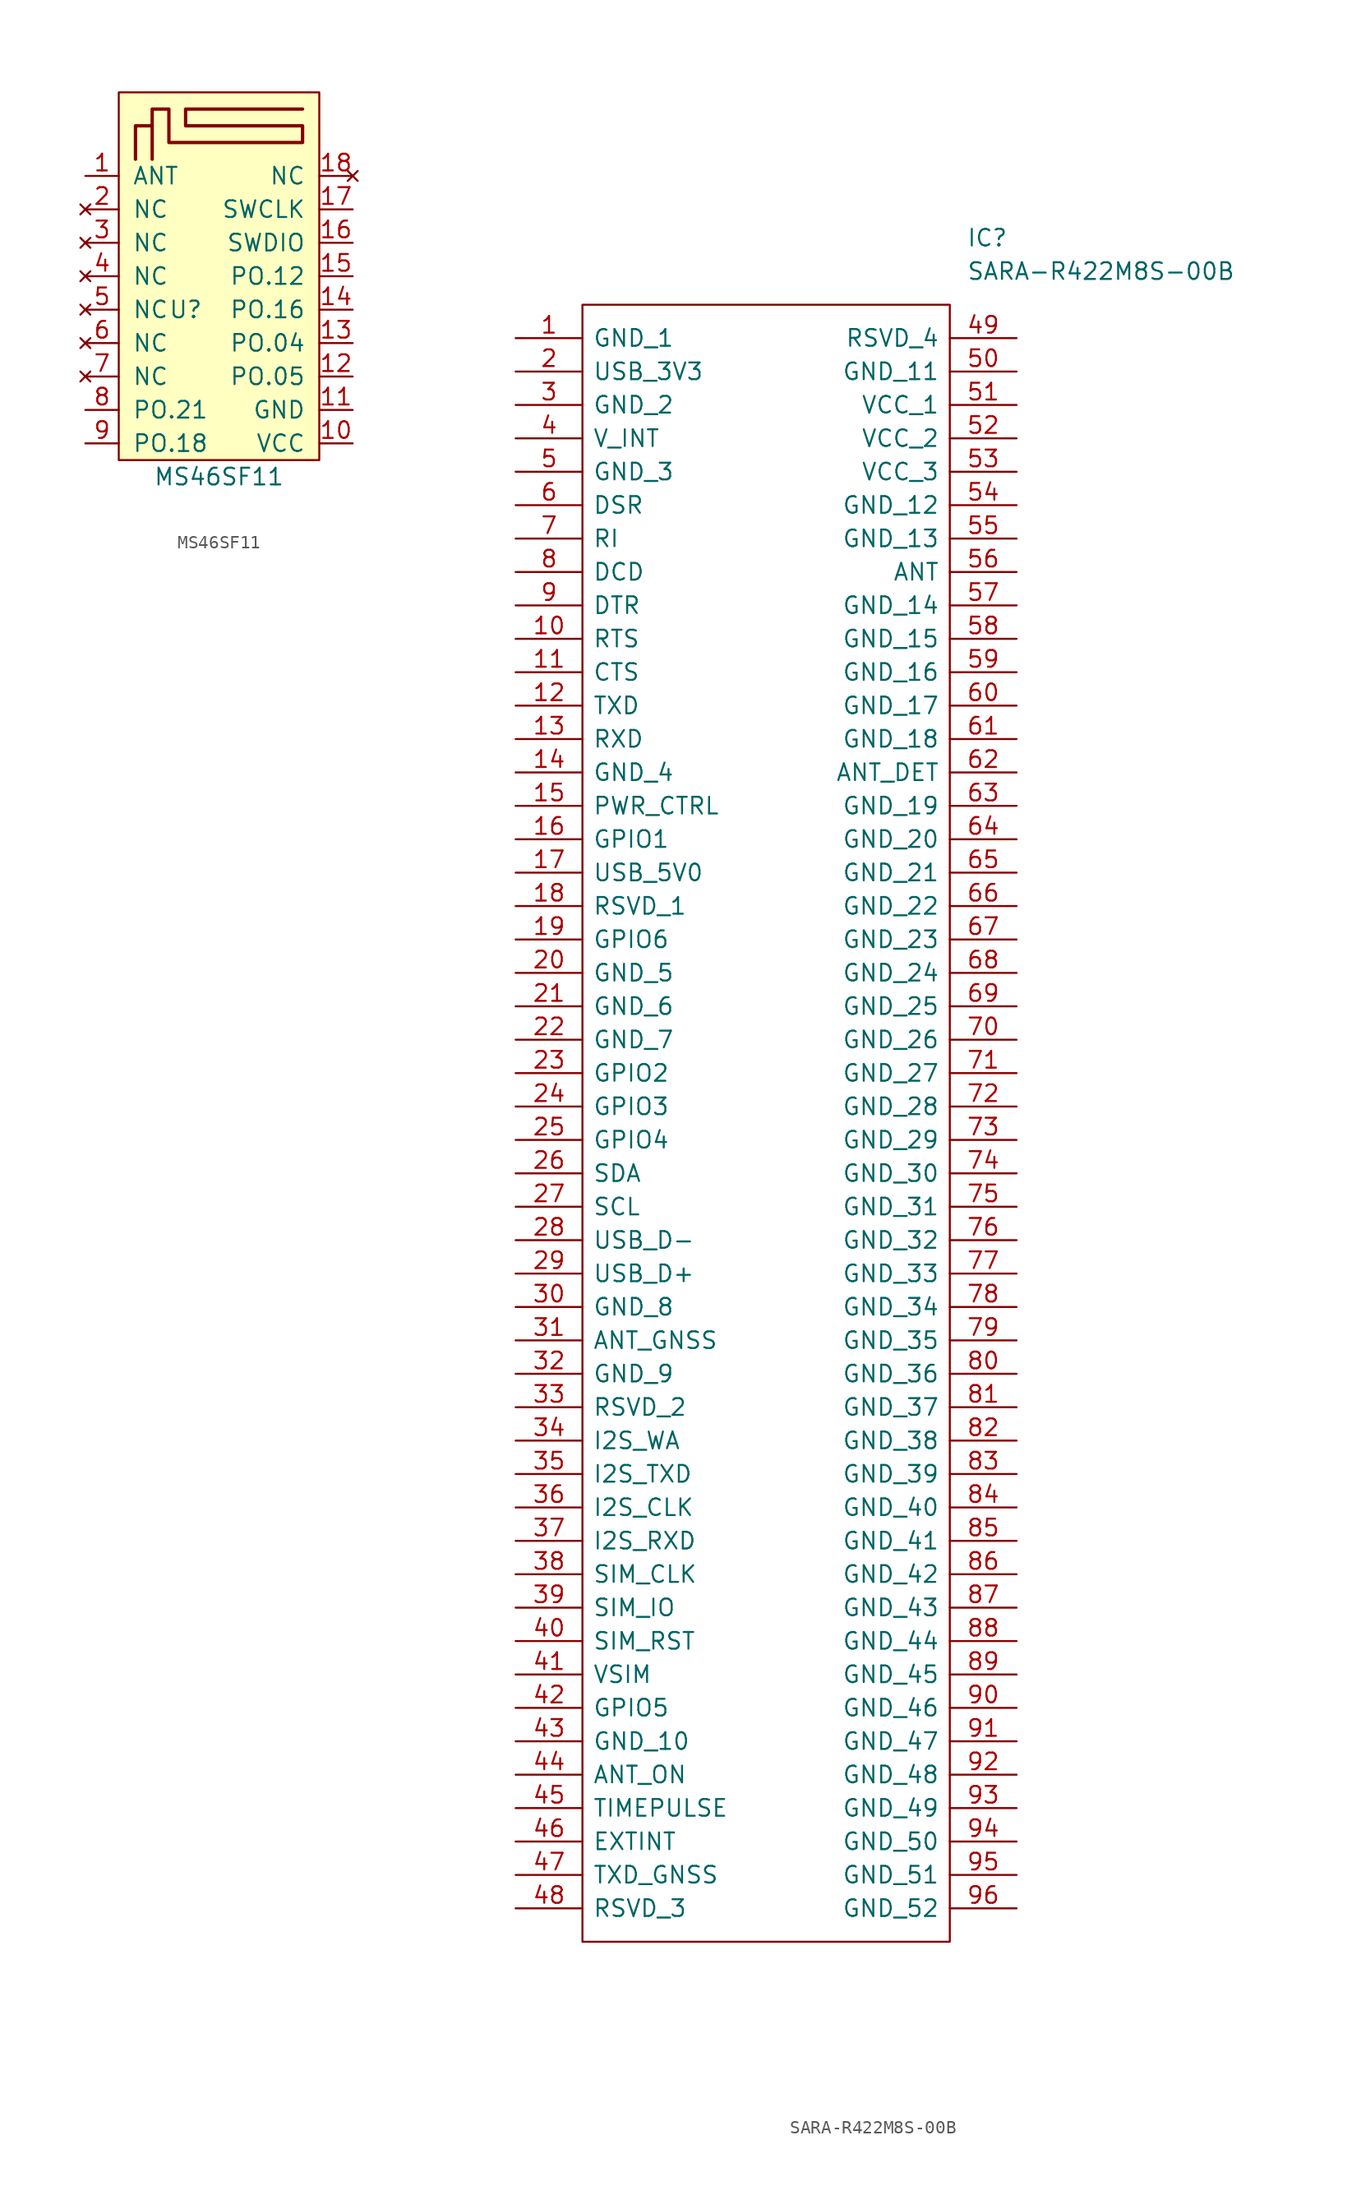
<source format=kicad_sym>
(kicad_symbol_lib
  (version 20211014)
  (generator kicad_symbol_editor)
  (symbol "MS46SF11"
    (pin_names
      (offset 1.016))
    (property "Reference" "U"
      (at 0 0 0)
      (effects (font (size 1.27 1.27))))
    (property "Value" "MS46SF11"
      (at 2.54 -12.7 0)
      (effects (font (size 1.27 1.27))))
    (symbol "MS46SF11_0_1"
      (rectangle (start -5.08 16.51) (end 10.16 -11.43) (stroke (width 0) (type default) (color 0 0 0 0)) (fill (type background)))
      (polyline (pts (xy -3.81 11.43) (xy -3.81 13.97) (xy -2.54 13.97) (xy -2.54 11.43)) (stroke (width 0.254) (type default) (color 0 0 0 0)) (fill (type none)))
      (polyline (pts (xy -2.54 13.97) (xy -2.54 15.24) (xy -1.27 15.24) (xy -1.27 12.7) (xy 8.89 12.7) (xy 8.89 13.97) (xy 0 13.97) (xy 0 15.24) (xy 8.89 15.24)) (stroke (width 0.254) (type default) (color 0 0 0 0)) (fill (type none))))
    (symbol "MS46SF11_1_1"
      (pin power_out line (at -7.62 10.16 0) (length 2.54) (name "ANT" (effects (font (size 1.27 1.27)))) (number "1" (effects (font (size 1.27 1.27)))))
      (pin power_in line (at 12.7 -10.16 180) (length 2.54) (name "VCC" (effects (font (size 1.27 1.27)))) (number "10" (effects (font (size 1.27 1.27)))))
      (pin power_out line (at 12.7 -7.62 180) (length 2.54) (name "GND" (effects (font (size 1.27 1.27)))) (number "11" (effects (font (size 1.27 1.27)))))
      (pin bidirectional line (at 12.7 -5.08 180) (length 2.54) (name "PO.05" (effects (font (size 1.27 1.27)))) (number "12" (effects (font (size 1.27 1.27)))))
      (pin bidirectional line (at 12.7 -2.54 180) (length 2.54) (name "PO.04" (effects (font (size 1.27 1.27)))) (number "13" (effects (font (size 1.27 1.27)))))
      (pin bidirectional line (at 12.7 0 180) (length 2.54) (name "PO.16" (effects (font (size 1.27 1.27)))) (number "14" (effects (font (size 1.27 1.27)))))
      (pin bidirectional line (at 12.7 2.54 180) (length 2.54) (name "PO.12" (effects (font (size 1.27 1.27)))) (number "15" (effects (font (size 1.27 1.27)))))
      (pin bidirectional line (at 12.7 5.08 180) (length 2.54) (name "SWDIO" (effects (font (size 1.27 1.27)))) (number "16" (effects (font (size 1.27 1.27)))))
      (pin bidirectional line (at 12.7 7.62 180) (length 2.54) (name "SWCLK" (effects (font (size 1.27 1.27)))) (number "17" (effects (font (size 1.27 1.27)))))
      (pin no_connect line (at 12.7 10.16 180) (length 2.54) (name "NC" (effects (font (size 1.27 1.27)))) (number "18" (effects (font (size 1.27 1.27)))))
      (pin no_connect line (at -7.62 7.62 0) (length 2.54) (name "NC" (effects (font (size 1.27 1.27)))) (number "2" (effects (font (size 1.27 1.27)))))
      (pin no_connect line (at -7.62 5.08 0) (length 2.54) (name "NC" (effects (font (size 1.27 1.27)))) (number "3" (effects (font (size 1.27 1.27)))))
      (pin no_connect line (at -7.62 2.54 0) (length 2.54) (name "NC" (effects (font (size 1.27 1.27)))) (number "4" (effects (font (size 1.27 1.27)))))
      (pin no_connect line (at -7.62 0 0) (length 2.54) (name "NC" (effects (font (size 1.27 1.27)))) (number "5" (effects (font (size 1.27 1.27)))))
      (pin no_connect line (at -7.62 -2.54 0) (length 2.54) (name "NC" (effects (font (size 1.27 1.27)))) (number "6" (effects (font (size 1.27 1.27)))))
      (pin no_connect line (at -7.62 -5.08 0) (length 2.54) (name "NC" (effects (font (size 1.27 1.27)))) (number "7" (effects (font (size 1.27 1.27)))))
      (pin bidirectional line (at -7.62 -7.62 0) (length 2.54) (name "PO.21" (effects (font (size 1.27 1.27)))) (number "8" (effects (font (size 1.27 1.27)))))
      (pin bidirectional line (at -7.62 -10.16 0) (length 2.54) (name "PO.18" (effects (font (size 1.27 1.27)))) (number "9" (effects (font (size 1.27 1.27)))))))
  (symbol "SARA-R422M8S-00B"
    (pin_names
      (offset 0.762))
    (property "Reference" "IC"
      (at 15.24 66.04 0)
      (effects (font (size 1.27 1.27)) (justify left)))
    (property "Value" "SARA-R422M8S-00B"
      (at 15.24 63.5 0)
      (effects (font (size 1.27 1.27)) (justify left)))
    (symbol "SARA-R422M8S-00B_0_0"
      (pin passive line (at -19.05 58.42 0) (length 5.08) (name "GND_1" (effects (font (size 1.27 1.27)))) (number "1" (effects (font (size 1.27 1.27)))))
      (pin passive line (at -19.05 35.56 0) (length 5.08) (name "RTS" (effects (font (size 1.27 1.27)))) (number "10" (effects (font (size 1.27 1.27)))))
      (pin passive line (at -19.05 33.02 0) (length 5.08) (name "CTS" (effects (font (size 1.27 1.27)))) (number "11" (effects (font (size 1.27 1.27)))))
      (pin passive line (at -19.05 30.48 0) (length 5.08) (name "TXD" (effects (font (size 1.27 1.27)))) (number "12" (effects (font (size 1.27 1.27)))))
      (pin passive line (at -19.05 27.94 0) (length 5.08) (name "RXD" (effects (font (size 1.27 1.27)))) (number "13" (effects (font (size 1.27 1.27)))))
      (pin passive line (at -19.05 25.4 0) (length 5.08) (name "GND_4" (effects (font (size 1.27 1.27)))) (number "14" (effects (font (size 1.27 1.27)))))
      (pin passive line (at -19.05 22.86 0) (length 5.08) (name "PWR_CTRL" (effects (font (size 1.27 1.27)))) (number "15" (effects (font (size 1.27 1.27)))))
      (pin passive line (at -19.05 20.32 0) (length 5.08) (name "GPIO1" (effects (font (size 1.27 1.27)))) (number "16" (effects (font (size 1.27 1.27)))))
      (pin passive line (at -19.05 17.78 0) (length 5.08) (name "USB_5V0" (effects (font (size 1.27 1.27)))) (number "17" (effects (font (size 1.27 1.27)))))
      (pin passive line (at -19.05 15.24 0) (length 5.08) (name "RSVD_1" (effects (font (size 1.27 1.27)))) (number "18" (effects (font (size 1.27 1.27)))))
      (pin passive line (at -19.05 12.7 0) (length 5.08) (name "GPIO6" (effects (font (size 1.27 1.27)))) (number "19" (effects (font (size 1.27 1.27)))))
      (pin passive line (at -19.05 55.88 0) (length 5.08) (name "USB_3V3" (effects (font (size 1.27 1.27)))) (number "2" (effects (font (size 1.27 1.27)))))
      (pin passive line (at -19.05 10.16 0) (length 5.08) (name "GND_5" (effects (font (size 1.27 1.27)))) (number "20" (effects (font (size 1.27 1.27)))))
      (pin passive line (at -19.05 7.62 0) (length 5.08) (name "GND_6" (effects (font (size 1.27 1.27)))) (number "21" (effects (font (size 1.27 1.27)))))
      (pin passive line (at -19.05 5.08 0) (length 5.08) (name "GND_7" (effects (font (size 1.27 1.27)))) (number "22" (effects (font (size 1.27 1.27)))))
      (pin passive line (at -19.05 2.54 0) (length 5.08) (name "GPIO2" (effects (font (size 1.27 1.27)))) (number "23" (effects (font (size 1.27 1.27)))))
      (pin passive line (at -19.05 0 0) (length 5.08) (name "GPIO3" (effects (font (size 1.27 1.27)))) (number "24" (effects (font (size 1.27 1.27)))))
      (pin passive line (at -19.05 -2.54 0) (length 5.08) (name "GPIO4" (effects (font (size 1.27 1.27)))) (number "25" (effects (font (size 1.27 1.27)))))
      (pin passive line (at -19.05 -5.08 0) (length 5.08) (name "SDA" (effects (font (size 1.27 1.27)))) (number "26" (effects (font (size 1.27 1.27)))))
      (pin passive line (at -19.05 -7.62 0) (length 5.08) (name "SCL" (effects (font (size 1.27 1.27)))) (number "27" (effects (font (size 1.27 1.27)))))
      (pin passive line (at -19.05 -10.16 0) (length 5.08) (name "USB_D-" (effects (font (size 1.27 1.27)))) (number "28" (effects (font (size 1.27 1.27)))))
      (pin passive line (at -19.05 -12.7 0) (length 5.08) (name "USB_D+" (effects (font (size 1.27 1.27)))) (number "29" (effects (font (size 1.27 1.27)))))
      (pin passive line (at -19.05 53.34 0) (length 5.08) (name "GND_2" (effects (font (size 1.27 1.27)))) (number "3" (effects (font (size 1.27 1.27)))))
      (pin passive line (at -19.05 -15.24 0) (length 5.08) (name "GND_8" (effects (font (size 1.27 1.27)))) (number "30" (effects (font (size 1.27 1.27)))))
      (pin passive line (at -19.05 -17.78 0) (length 5.08) (name "ANT_GNSS" (effects (font (size 1.27 1.27)))) (number "31" (effects (font (size 1.27 1.27)))))
      (pin passive line (at -19.05 -20.32 0) (length 5.08) (name "GND_9" (effects (font (size 1.27 1.27)))) (number "32" (effects (font (size 1.27 1.27)))))
      (pin passive line (at -19.05 -22.86 0) (length 5.08) (name "RSVD_2" (effects (font (size 1.27 1.27)))) (number "33" (effects (font (size 1.27 1.27)))))
      (pin passive line (at -19.05 -25.4 0) (length 5.08) (name "I2S_WA" (effects (font (size 1.27 1.27)))) (number "34" (effects (font (size 1.27 1.27)))))
      (pin passive line (at -19.05 -27.94 0) (length 5.08) (name "I2S_TXD" (effects (font (size 1.27 1.27)))) (number "35" (effects (font (size 1.27 1.27)))))
      (pin passive line (at -19.05 -30.48 0) (length 5.08) (name "I2S_CLK" (effects (font (size 1.27 1.27)))) (number "36" (effects (font (size 1.27 1.27)))))
      (pin passive line (at -19.05 -33.02 0) (length 5.08) (name "I2S_RXD" (effects (font (size 1.27 1.27)))) (number "37" (effects (font (size 1.27 1.27)))))
      (pin passive line (at -19.05 -35.56 0) (length 5.08) (name "SIM_CLK" (effects (font (size 1.27 1.27)))) (number "38" (effects (font (size 1.27 1.27)))))
      (pin passive line (at -19.05 -38.1 0) (length 5.08) (name "SIM_IO" (effects (font (size 1.27 1.27)))) (number "39" (effects (font (size 1.27 1.27)))))
      (pin passive line (at -19.05 50.8 0) (length 5.08) (name "V_INT" (effects (font (size 1.27 1.27)))) (number "4" (effects (font (size 1.27 1.27)))))
      (pin passive line (at -19.05 -40.64 0) (length 5.08) (name "SIM_RST" (effects (font (size 1.27 1.27)))) (number "40" (effects (font (size 1.27 1.27)))))
      (pin passive line (at -19.05 -43.18 0) (length 5.08) (name "VSIM" (effects (font (size 1.27 1.27)))) (number "41" (effects (font (size 1.27 1.27)))))
      (pin passive line (at -19.05 -45.72 0) (length 5.08) (name "GPIO5" (effects (font (size 1.27 1.27)))) (number "42" (effects (font (size 1.27 1.27)))))
      (pin passive line (at -19.05 -48.26 0) (length 5.08) (name "GND_10" (effects (font (size 1.27 1.27)))) (number "43" (effects (font (size 1.27 1.27)))))
      (pin passive line (at -19.05 -50.8 0) (length 5.08) (name "ANT_ON" (effects (font (size 1.27 1.27)))) (number "44" (effects (font (size 1.27 1.27)))))
      (pin passive line (at -19.05 -53.34 0) (length 5.08) (name "TIMEPULSE" (effects (font (size 1.27 1.27)))) (number "45" (effects (font (size 1.27 1.27)))))
      (pin passive line (at -19.05 -55.88 0) (length 5.08) (name "EXTINT" (effects (font (size 1.27 1.27)))) (number "46" (effects (font (size 1.27 1.27)))))
      (pin passive line (at -19.05 -58.42 0) (length 5.08) (name "TXD_GNSS" (effects (font (size 1.27 1.27)))) (number "47" (effects (font (size 1.27 1.27)))))
      (pin passive line (at -19.05 -60.96 0) (length 5.08) (name "RSVD_3" (effects (font (size 1.27 1.27)))) (number "48" (effects (font (size 1.27 1.27)))))
      (pin passive line (at 19.05 58.42 180) (length 5.08) (name "RSVD_4" (effects (font (size 1.27 1.27)))) (number "49" (effects (font (size 1.27 1.27)))))
      (pin passive line (at -19.05 48.26 0) (length 5.08) (name "GND_3" (effects (font (size 1.27 1.27)))) (number "5" (effects (font (size 1.27 1.27)))))
      (pin passive line (at 19.05 55.88 180) (length 5.08) (name "GND_11" (effects (font (size 1.27 1.27)))) (number "50" (effects (font (size 1.27 1.27)))))
      (pin passive line (at 19.05 53.34 180) (length 5.08) (name "VCC_1" (effects (font (size 1.27 1.27)))) (number "51" (effects (font (size 1.27 1.27)))))
      (pin passive line (at 19.05 50.8 180) (length 5.08) (name "VCC_2" (effects (font (size 1.27 1.27)))) (number "52" (effects (font (size 1.27 1.27)))))
      (pin passive line (at 19.05 48.26 180) (length 5.08) (name "VCC_3" (effects (font (size 1.27 1.27)))) (number "53" (effects (font (size 1.27 1.27)))))
      (pin passive line (at 19.05 45.72 180) (length 5.08) (name "GND_12" (effects (font (size 1.27 1.27)))) (number "54" (effects (font (size 1.27 1.27)))))
      (pin passive line (at 19.05 43.18 180) (length 5.08) (name "GND_13" (effects (font (size 1.27 1.27)))) (number "55" (effects (font (size 1.27 1.27)))))
      (pin passive line (at 19.05 40.64 180) (length 5.08) (name "ANT" (effects (font (size 1.27 1.27)))) (number "56" (effects (font (size 1.27 1.27)))))
      (pin passive line (at 19.05 38.1 180) (length 5.08) (name "GND_14" (effects (font (size 1.27 1.27)))) (number "57" (effects (font (size 1.27 1.27)))))
      (pin passive line (at 19.05 35.56 180) (length 5.08) (name "GND_15" (effects (font (size 1.27 1.27)))) (number "58" (effects (font (size 1.27 1.27)))))
      (pin passive line (at 19.05 33.02 180) (length 5.08) (name "GND_16" (effects (font (size 1.27 1.27)))) (number "59" (effects (font (size 1.27 1.27)))))
      (pin passive line (at -19.05 45.72 0) (length 5.08) (name "DSR" (effects (font (size 1.27 1.27)))) (number "6" (effects (font (size 1.27 1.27)))))
      (pin passive line (at 19.05 30.48 180) (length 5.08) (name "GND_17" (effects (font (size 1.27 1.27)))) (number "60" (effects (font (size 1.27 1.27)))))
      (pin passive line (at 19.05 27.94 180) (length 5.08) (name "GND_18" (effects (font (size 1.27 1.27)))) (number "61" (effects (font (size 1.27 1.27)))))
      (pin passive line (at 19.05 25.4 180) (length 5.08) (name "ANT_DET" (effects (font (size 1.27 1.27)))) (number "62" (effects (font (size 1.27 1.27)))))
      (pin passive line (at 19.05 22.86 180) (length 5.08) (name "GND_19" (effects (font (size 1.27 1.27)))) (number "63" (effects (font (size 1.27 1.27)))))
      (pin passive line (at 19.05 20.32 180) (length 5.08) (name "GND_20" (effects (font (size 1.27 1.27)))) (number "64" (effects (font (size 1.27 1.27)))))
      (pin passive line (at 19.05 17.78 180) (length 5.08) (name "GND_21" (effects (font (size 1.27 1.27)))) (number "65" (effects (font (size 1.27 1.27)))))
      (pin passive line (at 19.05 15.24 180) (length 5.08) (name "GND_22" (effects (font (size 1.27 1.27)))) (number "66" (effects (font (size 1.27 1.27)))))
      (pin passive line (at 19.05 12.7 180) (length 5.08) (name "GND_23" (effects (font (size 1.27 1.27)))) (number "67" (effects (font (size 1.27 1.27)))))
      (pin passive line (at 19.05 10.16 180) (length 5.08) (name "GND_24" (effects (font (size 1.27 1.27)))) (number "68" (effects (font (size 1.27 1.27)))))
      (pin passive line (at 19.05 7.62 180) (length 5.08) (name "GND_25" (effects (font (size 1.27 1.27)))) (number "69" (effects (font (size 1.27 1.27)))))
      (pin passive line (at -19.05 43.18 0) (length 5.08) (name "RI" (effects (font (size 1.27 1.27)))) (number "7" (effects (font (size 1.27 1.27)))))
      (pin passive line (at 19.05 5.08 180) (length 5.08) (name "GND_26" (effects (font (size 1.27 1.27)))) (number "70" (effects (font (size 1.27 1.27)))))
      (pin passive line (at 19.05 2.54 180) (length 5.08) (name "GND_27" (effects (font (size 1.27 1.27)))) (number "71" (effects (font (size 1.27 1.27)))))
      (pin passive line (at 19.05 0 180) (length 5.08) (name "GND_28" (effects (font (size 1.27 1.27)))) (number "72" (effects (font (size 1.27 1.27)))))
      (pin passive line (at 19.05 -2.54 180) (length 5.08) (name "GND_29" (effects (font (size 1.27 1.27)))) (number "73" (effects (font (size 1.27 1.27)))))
      (pin passive line (at 19.05 -5.08 180) (length 5.08) (name "GND_30" (effects (font (size 1.27 1.27)))) (number "74" (effects (font (size 1.27 1.27)))))
      (pin passive line (at 19.05 -7.62 180) (length 5.08) (name "GND_31" (effects (font (size 1.27 1.27)))) (number "75" (effects (font (size 1.27 1.27)))))
      (pin passive line (at 19.05 -10.16 180) (length 5.08) (name "GND_32" (effects (font (size 1.27 1.27)))) (number "76" (effects (font (size 1.27 1.27)))))
      (pin passive line (at 19.05 -12.7 180) (length 5.08) (name "GND_33" (effects (font (size 1.27 1.27)))) (number "77" (effects (font (size 1.27 1.27)))))
      (pin passive line (at 19.05 -15.24 180) (length 5.08) (name "GND_34" (effects (font (size 1.27 1.27)))) (number "78" (effects (font (size 1.27 1.27)))))
      (pin passive line (at 19.05 -17.78 180) (length 5.08) (name "GND_35" (effects (font (size 1.27 1.27)))) (number "79" (effects (font (size 1.27 1.27)))))
      (pin passive line (at -19.05 40.64 0) (length 5.08) (name "DCD" (effects (font (size 1.27 1.27)))) (number "8" (effects (font (size 1.27 1.27)))))
      (pin passive line (at 19.05 -20.32 180) (length 5.08) (name "GND_36" (effects (font (size 1.27 1.27)))) (number "80" (effects (font (size 1.27 1.27)))))
      (pin passive line (at 19.05 -22.86 180) (length 5.08) (name "GND_37" (effects (font (size 1.27 1.27)))) (number "81" (effects (font (size 1.27 1.27)))))
      (pin passive line (at 19.05 -25.4 180) (length 5.08) (name "GND_38" (effects (font (size 1.27 1.27)))) (number "82" (effects (font (size 1.27 1.27)))))
      (pin passive line (at 19.05 -27.94 180) (length 5.08) (name "GND_39" (effects (font (size 1.27 1.27)))) (number "83" (effects (font (size 1.27 1.27)))))
      (pin passive line (at 19.05 -30.48 180) (length 5.08) (name "GND_40" (effects (font (size 1.27 1.27)))) (number "84" (effects (font (size 1.27 1.27)))))
      (pin passive line (at 19.05 -33.02 180) (length 5.08) (name "GND_41" (effects (font (size 1.27 1.27)))) (number "85" (effects (font (size 1.27 1.27)))))
      (pin passive line (at 19.05 -35.56 180) (length 5.08) (name "GND_42" (effects (font (size 1.27 1.27)))) (number "86" (effects (font (size 1.27 1.27)))))
      (pin passive line (at 19.05 -38.1 180) (length 5.08) (name "GND_43" (effects (font (size 1.27 1.27)))) (number "87" (effects (font (size 1.27 1.27)))))
      (pin passive line (at 19.05 -40.64 180) (length 5.08) (name "GND_44" (effects (font (size 1.27 1.27)))) (number "88" (effects (font (size 1.27 1.27)))))
      (pin passive line (at 19.05 -43.18 180) (length 5.08) (name "GND_45" (effects (font (size 1.27 1.27)))) (number "89" (effects (font (size 1.27 1.27)))))
      (pin passive line (at -19.05 38.1 0) (length 5.08) (name "DTR" (effects (font (size 1.27 1.27)))) (number "9" (effects (font (size 1.27 1.27)))))
      (pin passive line (at 19.05 -45.72 180) (length 5.08) (name "GND_46" (effects (font (size 1.27 1.27)))) (number "90" (effects (font (size 1.27 1.27)))))
      (pin passive line (at 19.05 -48.26 180) (length 5.08) (name "GND_47" (effects (font (size 1.27 1.27)))) (number "91" (effects (font (size 1.27 1.27)))))
      (pin passive line (at 19.05 -50.8 180) (length 5.08) (name "GND_48" (effects (font (size 1.27 1.27)))) (number "92" (effects (font (size 1.27 1.27)))))
      (pin passive line (at 19.05 -53.34 180) (length 5.08) (name "GND_49" (effects (font (size 1.27 1.27)))) (number "93" (effects (font (size 1.27 1.27)))))
      (pin passive line (at 19.05 -55.88 180) (length 5.08) (name "GND_50" (effects (font (size 1.27 1.27)))) (number "94" (effects (font (size 1.27 1.27)))))
      (pin passive line (at 19.05 -58.42 180) (length 5.08) (name "GND_51" (effects (font (size 1.27 1.27)))) (number "95" (effects (font (size 1.27 1.27)))))
      (pin passive line (at 19.05 -60.96 180) (length 5.08) (name "GND_52" (effects (font (size 1.27 1.27)))) (number "96" (effects (font (size 1.27 1.27))))))
    (symbol "SARA-R422M8S-00B_0_1"
      (polyline (pts (xy -13.97 60.96) (xy 13.97 60.96) (xy 13.97 -63.5) (xy -13.97 -63.5) (xy -13.97 60.96)) (stroke (width 0.152) (type default) (color 0 0 0 0)) (fill (type none))))))
</source>
